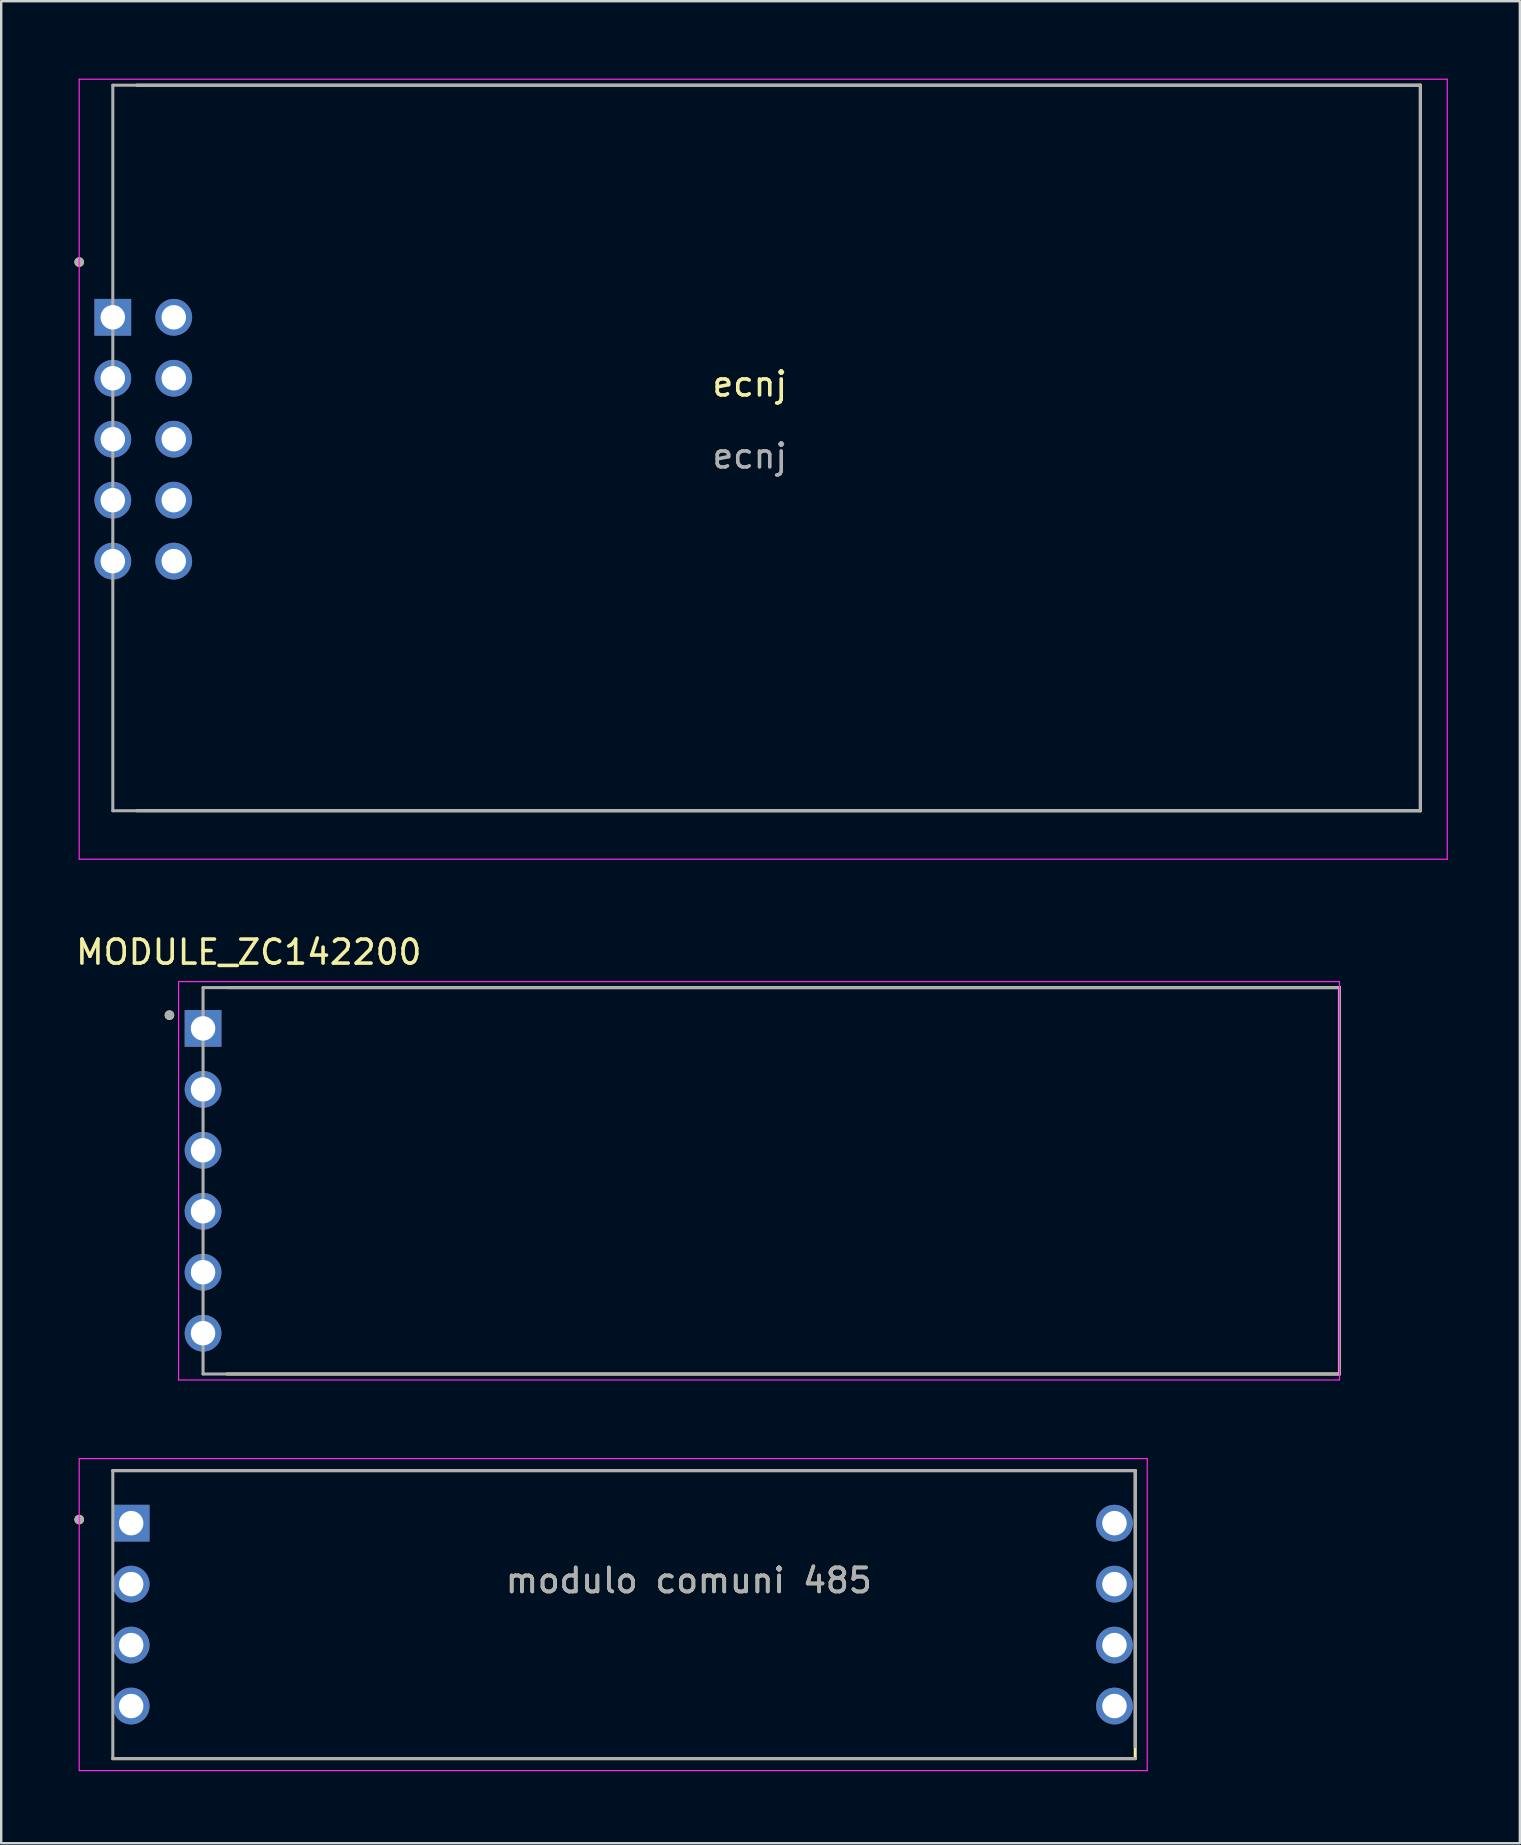
<source format=kicad_pcb>
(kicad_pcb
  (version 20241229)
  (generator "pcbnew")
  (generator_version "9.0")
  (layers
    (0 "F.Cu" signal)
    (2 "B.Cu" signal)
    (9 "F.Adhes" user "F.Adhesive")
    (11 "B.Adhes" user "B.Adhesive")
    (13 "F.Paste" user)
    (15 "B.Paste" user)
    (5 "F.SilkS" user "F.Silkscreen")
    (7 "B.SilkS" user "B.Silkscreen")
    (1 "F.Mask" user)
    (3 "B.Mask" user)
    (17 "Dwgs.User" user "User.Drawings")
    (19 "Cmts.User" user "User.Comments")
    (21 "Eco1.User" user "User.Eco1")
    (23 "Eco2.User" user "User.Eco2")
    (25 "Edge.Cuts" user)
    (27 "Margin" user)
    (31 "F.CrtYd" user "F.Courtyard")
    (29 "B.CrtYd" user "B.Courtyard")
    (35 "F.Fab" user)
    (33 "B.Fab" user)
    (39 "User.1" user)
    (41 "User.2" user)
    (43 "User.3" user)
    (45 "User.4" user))
  (footprint "MODULE_ZC142200"
    (layer "F.Cu")
    (at 5.41 46.148)
    (property "Reference" "MODULE_ZC142200" (at 1.905 -9.525 0) (layer "F.SilkS") (effects (font (size 1 1) (thickness 0.15))))
    (attr through_hole)
    (fp_line (start 1 -8.05) (end 47.35 -8.05) (stroke (width 0.127) (type solid)) (layer "F.SilkS"))
    (fp_line (start 47.35 -8.05) (end 47.35 8.05) (stroke (width 0.127) (type solid)) (layer "F.SilkS"))
    (fp_line (start 47.35 8.05) (end 1 8.05) (stroke (width 0.127) (type solid)) (layer "F.SilkS"))
    (fp_circle (center -1.4 -6.9) (end -1.3 -6.9) (stroke (width 0.2) (type solid)) (fill no) (layer "F.SilkS"))
    (fp_line (start -1.02 -8.3) (end 47.35 -8.3) (stroke (width 0.05) (type solid)) (layer "F.CrtYd"))
    (fp_line (start -1.02 8.3) (end -1.02 -8.3) (stroke (width 0.05) (type solid)) (layer "F.CrtYd"))
    (fp_line (start 47.35 -8.3) (end 47.35 8.3) (stroke (width 0.05) (type solid)) (layer "F.CrtYd"))
    (fp_line (start 47.35 8.3) (end -1.02 8.3) (stroke (width 0.05) (type solid)) (layer "F.CrtYd"))
    (fp_line (start 0 -8.05) (end 0 8.05) (stroke (width 0.127) (type solid)) (layer "F.Fab"))
    (fp_line (start 0 8.05) (end 47.35 8.05) (stroke (width 0.127) (type solid)) (layer "F.Fab"))
    (fp_line (start 47.35 -8.05) (end 0 -8.05) (stroke (width 0.127) (type solid)) (layer "F.Fab"))
    (fp_line (start 47.35 8.05) (end 47.35 -8.05) (stroke (width 0.127) (type solid)) (layer "F.Fab"))
    (fp_circle (center -1.4 -6.9) (end -1.3 -6.9) (stroke (width 0.2) (type solid)) (fill no) (layer "F.Fab"))
    (pad "1" thru_hole rect (at 0 -6.35) (size 1.53 1.53) (drill 1.02) (layers "*.Cu" "*.Mask"))
    (pad "2" thru_hole circle (at 0 -3.81) (size 1.53 1.53) (drill 1.02) (layers "*.Cu" "*.Mask"))
    (pad "3" thru_hole circle (at 0 -1.27) (size 1.53 1.53) (drill 1.02) (layers "*.Cu" "*.Mask"))
    (pad "4" thru_hole circle (at 0 1.27) (size 1.53 1.53) (drill 1.02) (layers "*.Cu" "*.Mask"))
    (pad "5" thru_hole circle (at 0 3.81) (size 1.53 1.53) (drill 1.02) (layers "*.Cu" "*.Mask"))
    (pad "6" thru_hole circle (at 0 6.35) (size 1.53 1.53) (drill 1.02) (layers "*.Cu" "*.Mask")))
  (footprint "ecnj"
    (layer "F.Cu")
    (at 0.25 0.25)
    (property "Reference" "ecnj" (at 27.94 12.7 0) (unlocked yes) (layer "F.SilkS") (effects (font (size 1 1) (thickness 0.15))))
    (attr through_hole)
    (fp_line (start 2.4 0.25) (end 55.88 0.25) (stroke (width 0.127) (type solid)) (layer "F.SilkS"))
    (fp_line (start 55.88 0.25) (end 55.88 30.48) (stroke (width 0.127) (type solid)) (layer "F.SilkS"))
    (fp_line (start 55.88 30.48) (end 2.4 30.48) (stroke (width 0.127) (type solid)) (layer "F.SilkS"))
    (fp_circle (center 0 7.62) (end 0.1 7.62) (stroke (width 0.2) (type solid)) (fill no) (layer "F.SilkS"))
    (fp_line (start 0 0) (end 57 0) (stroke (width 0.05) (type solid)) (layer "F.CrtYd"))
    (fp_line (start 0 32.5) (end 0 0) (stroke (width 0.05) (type solid)) (layer "F.CrtYd"))
    (fp_line (start 57 0) (end 57 32.5) (stroke (width 0.05) (type solid)) (layer "F.CrtYd"))
    (fp_line (start 57 32.5) (end 0 32.5) (stroke (width 0.05) (type solid)) (layer "F.CrtYd"))
    (fp_line (start 1.4 0.25) (end 1.4 30.48) (stroke (width 0.127) (type solid)) (layer "F.Fab"))
    (fp_line (start 1.4 30.48) (end 55.88 30.48) (stroke (width 0.127) (type solid)) (layer "F.Fab"))
    (fp_line (start 55.88 0.25) (end 1.4 0.25) (stroke (width 0.127) (type solid)) (layer "F.Fab"))
    (fp_line (start 55.88 30.48) (end 55.88 0.25) (stroke (width 0.127) (type solid)) (layer "F.Fab"))
    (fp_circle (center 0 7.62) (end 0.1 7.62) (stroke (width 0.2) (type solid)) (fill no) (layer "F.Fab"))
    (fp_text user "${REFERENCE}" (at 27.94 15.7 0) (unlocked yes) (layer "F.Fab") (effects (font (size 1 1) (thickness 0.15))))
    (pad "1" thru_hole rect (at 1.4 9.92) (size 1.53 1.53) (drill 1.02) (layers "*.Cu" "*.Mask"))
    (pad "2" thru_hole circle (at 1.4 12.46) (size 1.53 1.53) (drill 1.02) (layers "*.Cu" "*.Mask"))
    (pad "3" thru_hole circle (at 1.4 15) (size 1.53 1.53) (drill 1.02) (layers "*.Cu" "*.Mask"))
    (pad "4" thru_hole circle (at 1.4 17.54) (size 1.53 1.53) (drill 1.02) (layers "*.Cu" "*.Mask"))
    (pad "5" thru_hole circle (at 1.4 20.08) (size 1.53 1.53) (drill 1.02) (layers "*.Cu" "*.Mask"))
    (pad "6" thru_hole circle (at 3.94 9.92) (size 1.53 1.53) (drill 1.02) (layers "*.Cu" "*.Mask"))
    (pad "7" thru_hole circle (at 3.94 12.46) (size 1.53 1.53) (drill 1.02) (layers "*.Cu" "*.Mask"))
    (pad "8" thru_hole circle (at 3.94 15) (size 1.53 1.53) (drill 1.02) (layers "*.Cu" "*.Mask"))
    (pad "9" thru_hole circle (at 3.94 17.54) (size 1.53 1.53) (drill 1.02) (layers "*.Cu" "*.Mask"))
    (pad "10" thru_hole circle (at 3.94 20.08) (size 1.53 1.53) (drill 1.02) (layers "*.Cu" "*.Mask")))
  (footprint "modulo comuni 485"
    (layer "F.Cu")
    (at 0.25 57.723)
    (property "Reference" "modulo comuni 485" (at 25.4 5.08 0) (unlocked yes) (layer "F.SilkS") (effects (font (size 1 1) (thickness 0.15))))
    (attr through_hole)
    (fp_line (start 1.4 0.5) (end 44 0.5) (stroke (width 0.127) (type solid)) (layer "F.SilkS"))
    (fp_line (start 44 0.5) (end 44 12.5) (stroke (width 0.127) (type solid)) (layer "F.SilkS"))
    (fp_line (start 44 12.5) (end 1.4 12.5) (stroke (width 0.127) (type solid)) (layer "F.SilkS"))
    (fp_circle (center 0 2.54) (end 0.1 2.54) (stroke (width 0.2) (type solid)) (fill no) (layer "F.SilkS"))
    (fp_line (start 0 0) (end 44.5 0) (stroke (width 0.05) (type solid)) (layer "F.CrtYd"))
    (fp_line (start 0 13) (end 0 0) (stroke (width 0.05) (type solid)) (layer "F.CrtYd"))
    (fp_line (start 44.5 0) (end 44.5 13) (stroke (width 0.05) (type solid)) (layer "F.CrtYd"))
    (fp_line (start 44.5 13) (end 0 13) (stroke (width 0.05) (type solid)) (layer "F.CrtYd"))
    (fp_line (start 1.4 0.5) (end 1.4 12.5) (stroke (width 0.127) (type solid)) (layer "F.Fab"))
    (fp_line (start 1.4 12.5) (end 44 12.5) (stroke (width 0.127) (type solid)) (layer "F.Fab"))
    (fp_line (start 44 0.5) (end 1.4 0.5) (stroke (width 0.127) (type solid)) (layer "F.Fab"))
    (fp_line (start 44 12) (end 44 0.5) (stroke (width 0.127) (type solid)) (layer "F.Fab"))
    (fp_circle (center 0 2.54) (end 0.1 2.54) (stroke (width 0.2) (type solid)) (fill no) (layer "F.Fab"))
    (fp_text user "${REFERENCE}" (at 25.4 5.08 0) (unlocked yes) (layer "F.Fab") (effects (font (size 1 1) (thickness 0.15))))
    (pad "1" thru_hole rect (at 2.165 2.69) (size 1.53 1.53) (drill 1.02) (layers "*.Cu" "*.Mask"))
    (pad "2" thru_hole circle (at 2.165 5.23) (size 1.53 1.53) (drill 1.02) (layers "*.Cu" "*.Mask"))
    (pad "3" thru_hole circle (at 2.165 7.77) (size 1.53 1.53) (drill 1.02) (layers "*.Cu" "*.Mask"))
    (pad "4" thru_hole circle (at 2.165 10.31) (size 1.53 1.53) (drill 1.02) (layers "*.Cu" "*.Mask"))
    (pad "5" thru_hole circle (at 43.135 2.69) (size 1.53 1.53) (drill 1.02) (layers "*.Cu" "*.Mask"))
    (pad "6" thru_hole circle (at 43.135 5.23) (size 1.53 1.53) (drill 1.02) (layers "*.Cu" "*.Mask"))
    (pad "7" thru_hole circle (at 43.135 7.77) (size 1.53 1.53) (drill 1.02) (layers "*.Cu" "*.Mask"))
    (pad "8" thru_hole circle (at 43.135 10.31) (size 1.53 1.53) (drill 1.02) (layers "*.Cu" "*.Mask")))
  (gr_rect
    (start -3 -3)
    (end 60.275 73.748)
    (stroke (width 0.1) (type default))
    (fill no)
    (layer "Edge.Cuts")))
</source>
